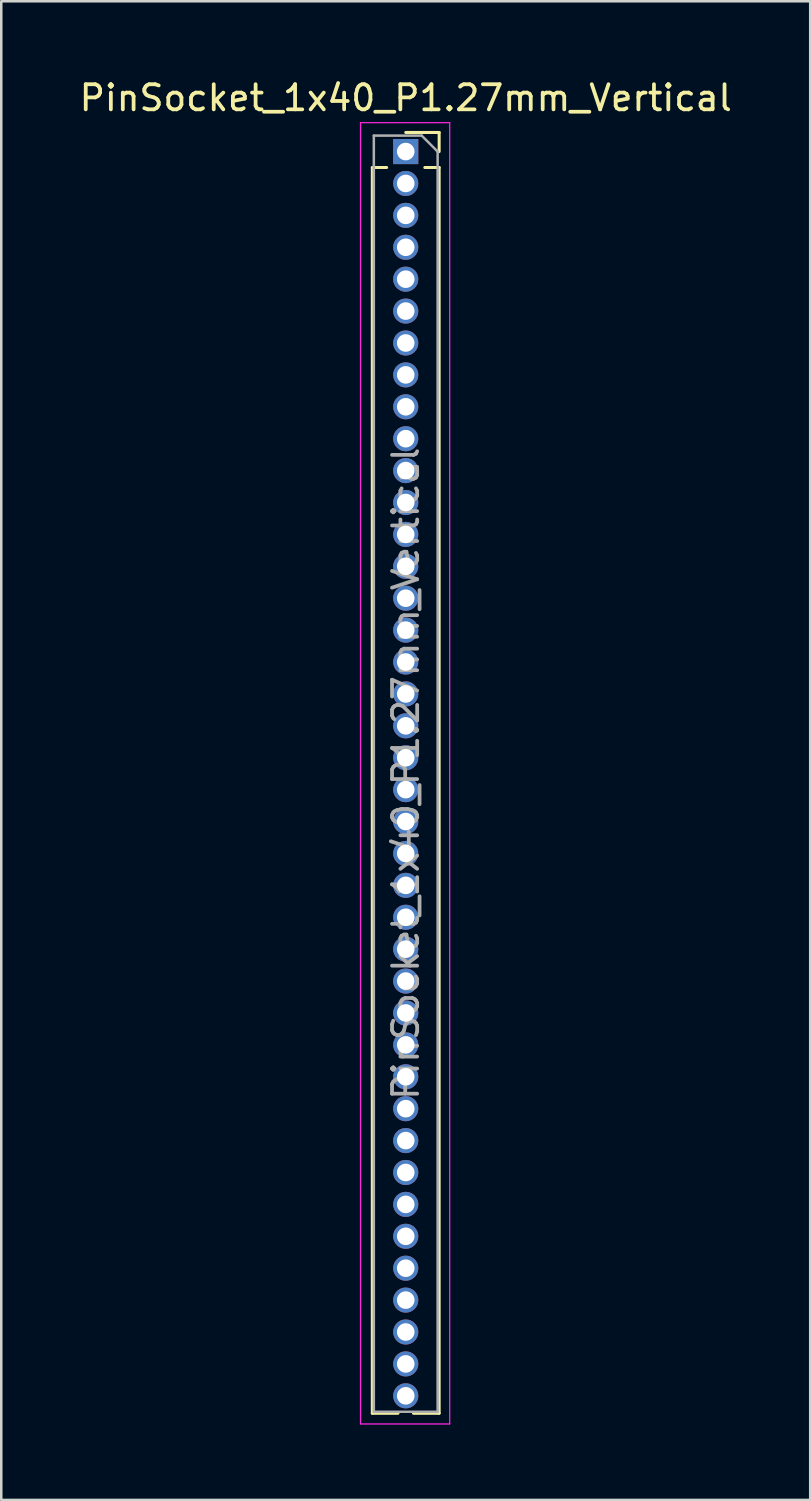
<source format=kicad_pcb>
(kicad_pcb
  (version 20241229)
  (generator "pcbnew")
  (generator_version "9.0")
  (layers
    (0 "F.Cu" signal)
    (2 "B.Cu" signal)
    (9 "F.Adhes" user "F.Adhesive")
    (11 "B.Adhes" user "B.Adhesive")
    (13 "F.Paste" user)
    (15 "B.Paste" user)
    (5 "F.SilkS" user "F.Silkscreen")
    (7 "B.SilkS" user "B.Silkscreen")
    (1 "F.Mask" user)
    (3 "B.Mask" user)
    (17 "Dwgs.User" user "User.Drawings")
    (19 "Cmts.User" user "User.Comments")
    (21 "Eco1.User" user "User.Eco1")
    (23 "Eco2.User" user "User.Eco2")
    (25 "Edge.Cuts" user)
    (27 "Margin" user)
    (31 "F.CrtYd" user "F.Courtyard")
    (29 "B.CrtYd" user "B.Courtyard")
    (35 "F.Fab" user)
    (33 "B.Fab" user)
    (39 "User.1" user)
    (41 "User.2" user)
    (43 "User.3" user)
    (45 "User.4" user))
  (footprint "PinSocket_1x40_P1.27mm_Vertical"
    (layer "F.Cu")
    (at 13.101 2.983)
    (property "Reference" "PinSocket_1x40_P1.27mm_Vertical" (at 0 -2.135 0) (layer "F.SilkS") (effects (font (size 1 1) (thickness 0.15))))
    (attr through_hole)
    (fp_line (start -1.33 0.635) (end -1.33 50.225) (stroke (width 0.12) (type solid)) (layer "F.SilkS"))
    (fp_line (start -1.33 0.635) (end -0.76 0.635) (stroke (width 0.12) (type solid)) (layer "F.SilkS"))
    (fp_line (start -1.33 50.225) (end -0.308 50.225) (stroke (width 0.12) (type solid)) (layer "F.SilkS"))
    (fp_line (start 0 -0.76) (end 1.33 -0.76) (stroke (width 0.12) (type solid)) (layer "F.SilkS"))
    (fp_line (start 0.308 50.225) (end 1.33 50.225) (stroke (width 0.12) (type solid)) (layer "F.SilkS"))
    (fp_line (start 0.76 0.635) (end 1.33 0.635) (stroke (width 0.12) (type solid)) (layer "F.SilkS"))
    (fp_line (start 1.33 -0.76) (end 1.33 0) (stroke (width 0.12) (type solid)) (layer "F.SilkS"))
    (fp_line (start 1.33 0.635) (end 1.33 50.225) (stroke (width 0.12) (type solid)) (layer "F.SilkS"))
    (fp_line (start -1.8 -1.15) (end 1.75 -1.15) (stroke (width 0.05) (type solid)) (layer "F.CrtYd"))
    (fp_line (start -1.8 50.65) (end -1.8 -1.15) (stroke (width 0.05) (type solid)) (layer "F.CrtYd"))
    (fp_line (start 1.75 -1.15) (end 1.75 50.65) (stroke (width 0.05) (type solid)) (layer "F.CrtYd"))
    (fp_line (start 1.75 50.65) (end -1.8 50.65) (stroke (width 0.05) (type solid)) (layer "F.CrtYd"))
    (fp_line (start -1.27 -0.635) (end 0.635 -0.635) (stroke (width 0.1) (type solid)) (layer "F.Fab"))
    (fp_line (start -1.27 50.165) (end -1.27 -0.635) (stroke (width 0.1) (type solid)) (layer "F.Fab"))
    (fp_line (start 0.635 -0.635) (end 1.27 0) (stroke (width 0.1) (type solid)) (layer "F.Fab"))
    (fp_line (start 1.27 0) (end 1.27 50.165) (stroke (width 0.1) (type solid)) (layer "F.Fab"))
    (fp_line (start 1.27 50.165) (end -1.27 50.165) (stroke (width 0.1) (type solid)) (layer "F.Fab"))
    (fp_text user "${REFERENCE}" (at 0 24.765 90) (layer "F.Fab") (effects (font (size 1 1) (thickness 0.15))))
    (pad "1" thru_hole rect (at 0 0) (size 1 1) (drill 0.7) (layers "*.Cu" "*.Mask"))
    (pad "2" thru_hole circle (at 0 1.27) (size 1 1) (drill 0.7) (layers "*.Cu" "*.Mask"))
    (pad "3" thru_hole circle (at 0 2.54) (size 1 1) (drill 0.7) (layers "*.Cu" "*.Mask"))
    (pad "4" thru_hole circle (at 0 3.81) (size 1 1) (drill 0.7) (layers "*.Cu" "*.Mask"))
    (pad "5" thru_hole circle (at 0 5.08) (size 1 1) (drill 0.7) (layers "*.Cu" "*.Mask"))
    (pad "6" thru_hole circle (at 0 6.35) (size 1 1) (drill 0.7) (layers "*.Cu" "*.Mask"))
    (pad "7" thru_hole circle (at 0 7.62) (size 1 1) (drill 0.7) (layers "*.Cu" "*.Mask"))
    (pad "8" thru_hole circle (at 0 8.89) (size 1 1) (drill 0.7) (layers "*.Cu" "*.Mask"))
    (pad "9" thru_hole circle (at 0 10.16) (size 1 1) (drill 0.7) (layers "*.Cu" "*.Mask"))
    (pad "10" thru_hole circle (at 0 11.43) (size 1 1) (drill 0.7) (layers "*.Cu" "*.Mask"))
    (pad "11" thru_hole circle (at 0 12.7) (size 1 1) (drill 0.7) (layers "*.Cu" "*.Mask"))
    (pad "12" thru_hole circle (at 0 13.97) (size 1 1) (drill 0.7) (layers "*.Cu" "*.Mask"))
    (pad "13" thru_hole circle (at 0 15.24) (size 1 1) (drill 0.7) (layers "*.Cu" "*.Mask"))
    (pad "14" thru_hole circle (at 0 16.51) (size 1 1) (drill 0.7) (layers "*.Cu" "*.Mask"))
    (pad "15" thru_hole circle (at 0 17.78) (size 1 1) (drill 0.7) (layers "*.Cu" "*.Mask"))
    (pad "16" thru_hole circle (at 0 19.05) (size 1 1) (drill 0.7) (layers "*.Cu" "*.Mask"))
    (pad "17" thru_hole circle (at 0 20.32) (size 1 1) (drill 0.7) (layers "*.Cu" "*.Mask"))
    (pad "18" thru_hole circle (at 0 21.59) (size 1 1) (drill 0.7) (layers "*.Cu" "*.Mask"))
    (pad "19" thru_hole circle (at 0 22.86) (size 1 1) (drill 0.7) (layers "*.Cu" "*.Mask"))
    (pad "20" thru_hole circle (at 0 24.13) (size 1 1) (drill 0.7) (layers "*.Cu" "*.Mask"))
    (pad "21" thru_hole circle (at 0 25.4) (size 1 1) (drill 0.7) (layers "*.Cu" "*.Mask"))
    (pad "22" thru_hole circle (at 0 26.67) (size 1 1) (drill 0.7) (layers "*.Cu" "*.Mask"))
    (pad "23" thru_hole circle (at 0 27.94) (size 1 1) (drill 0.7) (layers "*.Cu" "*.Mask"))
    (pad "24" thru_hole circle (at 0 29.21) (size 1 1) (drill 0.7) (layers "*.Cu" "*.Mask"))
    (pad "25" thru_hole circle (at 0 30.48) (size 1 1) (drill 0.7) (layers "*.Cu" "*.Mask"))
    (pad "26" thru_hole circle (at 0 31.75) (size 1 1) (drill 0.7) (layers "*.Cu" "*.Mask"))
    (pad "27" thru_hole circle (at 0 33.02) (size 1 1) (drill 0.7) (layers "*.Cu" "*.Mask"))
    (pad "28" thru_hole circle (at 0 34.29) (size 1 1) (drill 0.7) (layers "*.Cu" "*.Mask"))
    (pad "29" thru_hole circle (at 0 35.56) (size 1 1) (drill 0.7) (layers "*.Cu" "*.Mask"))
    (pad "30" thru_hole circle (at 0 36.83) (size 1 1) (drill 0.7) (layers "*.Cu" "*.Mask"))
    (pad "31" thru_hole circle (at 0 38.1) (size 1 1) (drill 0.7) (layers "*.Cu" "*.Mask"))
    (pad "32" thru_hole circle (at 0 39.37) (size 1 1) (drill 0.7) (layers "*.Cu" "*.Mask"))
    (pad "33" thru_hole circle (at 0 40.64) (size 1 1) (drill 0.7) (layers "*.Cu" "*.Mask"))
    (pad "34" thru_hole circle (at 0 41.91) (size 1 1) (drill 0.7) (layers "*.Cu" "*.Mask"))
    (pad "35" thru_hole circle (at 0 43.18) (size 1 1) (drill 0.7) (layers "*.Cu" "*.Mask"))
    (pad "36" thru_hole circle (at 0 44.45) (size 1 1) (drill 0.7) (layers "*.Cu" "*.Mask"))
    (pad "37" thru_hole circle (at 0 45.72) (size 1 1) (drill 0.7) (layers "*.Cu" "*.Mask"))
    (pad "38" thru_hole circle (at 0 46.99) (size 1 1) (drill 0.7) (layers "*.Cu" "*.Mask"))
    (pad "39" thru_hole circle (at 0 48.26) (size 1 1) (drill 0.7) (layers "*.Cu" "*.Mask"))
    (pad "40" thru_hole circle (at 0 49.53) (size 1 1) (drill 0.7) (layers "*.Cu" "*.Mask")))
  (gr_rect
    (start -3 -3)
    (end 29.202 56.658)
    (stroke (width 0.1) (type default))
    (fill no)
    (layer "Edge.Cuts")))
</source>
